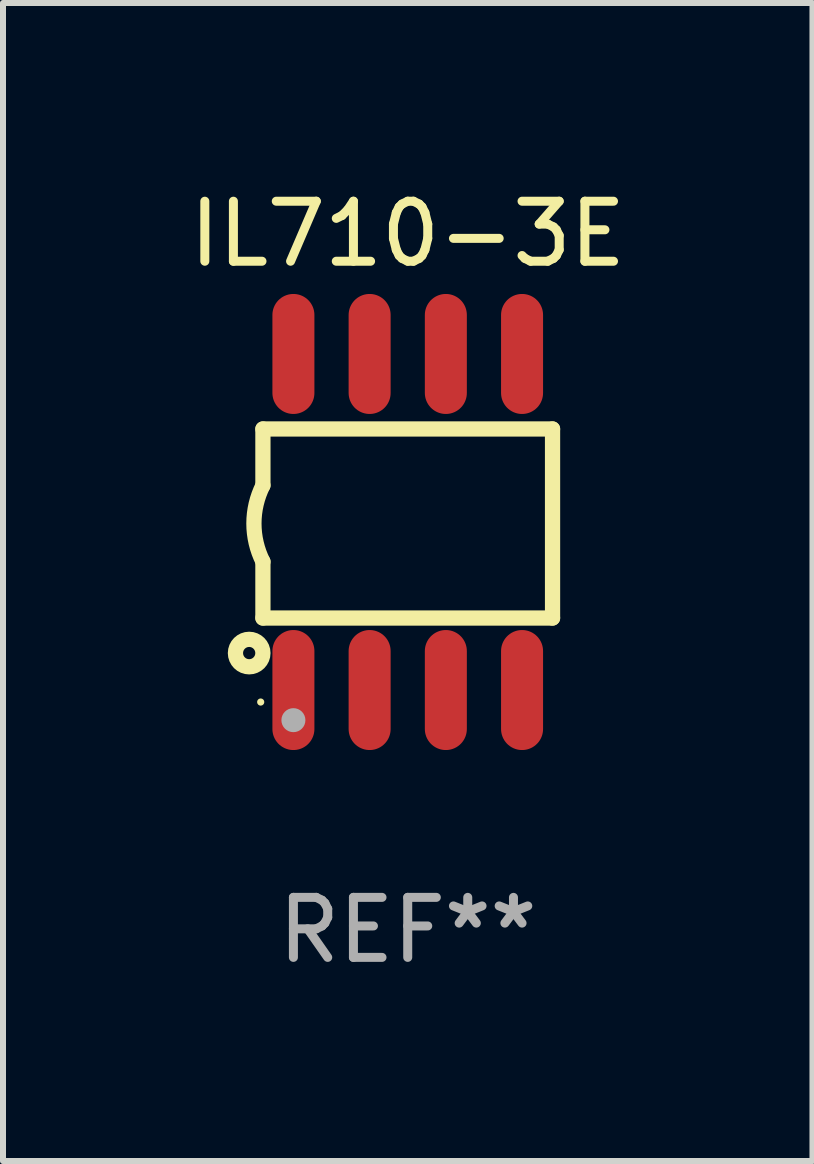
<source format=kicad_pcb>
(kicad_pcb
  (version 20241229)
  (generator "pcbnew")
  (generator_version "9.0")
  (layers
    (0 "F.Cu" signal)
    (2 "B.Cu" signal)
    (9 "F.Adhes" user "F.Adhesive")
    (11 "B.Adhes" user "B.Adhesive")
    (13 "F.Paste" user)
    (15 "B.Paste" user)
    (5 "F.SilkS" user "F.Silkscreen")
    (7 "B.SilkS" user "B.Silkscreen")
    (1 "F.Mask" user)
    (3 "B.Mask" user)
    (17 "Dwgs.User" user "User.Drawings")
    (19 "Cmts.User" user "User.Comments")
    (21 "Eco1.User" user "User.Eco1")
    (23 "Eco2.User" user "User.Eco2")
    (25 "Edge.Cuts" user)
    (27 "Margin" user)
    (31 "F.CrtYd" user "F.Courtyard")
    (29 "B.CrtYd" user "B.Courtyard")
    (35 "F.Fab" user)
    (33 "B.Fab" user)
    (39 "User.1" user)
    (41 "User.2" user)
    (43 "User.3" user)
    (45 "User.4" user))
  (footprint "IL710-3E"
    (layer "F.Cu")
    (at 3.744 5.648)
    (property "Reference" "IL710-3E" (at 0 -4.8 0) (layer "F.SilkS") (effects (font (size 1 1) (thickness 0.15))))
    (attr through_hole)
    (fp_line (start -2.413 -1.55) (end -2.413 -0.61) (stroke (width 0.254) (type solid)) (layer "F.SilkS"))
    (fp_line (start -2.413 0.66) (end -2.413 1.6) (stroke (width 0.254) (type solid)) (layer "F.SilkS"))
    (fp_line (start -2.413 1.6) (end 2.413 1.6) (stroke (width 0.254) (type solid)) (layer "F.SilkS"))
    (fp_line (start 2.413 -1.55) (end -2.413 -1.55) (stroke (width 0.254) (type solid)) (layer "F.SilkS"))
    (fp_line (start 2.413 1.6) (end 2.413 -1.55) (stroke (width 0.254) (type solid)) (layer "F.SilkS"))
    (fp_arc (start -2.413005 0.6603) (mid -2.562909 0.025298) (end -2.413005 -0.609703) (stroke (width 0.254001) (type solid)) (layer "F.SilkS"))
    (fp_circle (center -2.642 2.184) (end -2.54 2.184) (stroke (width 0.254) (type solid)) (fill no) (layer "F.SilkS"))
    (fp_circle (center -2.45 3) (end -2.42 3) (stroke (width 0.06) (type solid)) (fill no) (layer "F.SilkS"))
    (fp_circle (center -1.905 3.302) (end -1.805 3.302) (stroke (width 0.2) (type solid)) (fill no) (layer "F.Fab"))
    (fp_text user "REF**" (at 0 6.8 0) (layer "F.Fab") (effects (font (size 1 1) (thickness 0.15))))
    (pad "1" smd oval (at -1.905 2.8 180) (size 0.7 2) (layers "F.Cu" "F.Mask" "F.Paste"))
    (pad "2" smd oval (at -0.635 2.8 180) (size 0.7 2) (layers "F.Cu" "F.Mask" "F.Paste"))
    (pad "3" smd oval (at 0.635 2.8 180) (size 0.7 2) (layers "F.Cu" "F.Mask" "F.Paste"))
    (pad "4" smd oval (at 1.905 2.8 180) (size 0.7 2) (layers "F.Cu" "F.Mask" "F.Paste"))
    (pad "5" smd oval (at 1.905 -2.8 180) (size 0.7 2) (layers "F.Cu" "F.Mask" "F.Paste"))
    (pad "6" smd oval (at 0.635 -2.8 180) (size 0.7 2) (layers "F.Cu" "F.Mask" "F.Paste"))
    (pad "7" smd oval (at -0.635 -2.8 180) (size 0.7 2) (layers "F.Cu" "F.Mask" "F.Paste"))
    (pad "8" smd oval (at -1.905 -2.8 180) (size 0.7 2) (layers "F.Cu" "F.Mask" "F.Paste")))
  (gr_rect
    (start -3 -3)
    (end 10.488 16.296)
    (stroke (width 0.1) (type default))
    (fill no)
    (layer "Edge.Cuts")))
</source>
